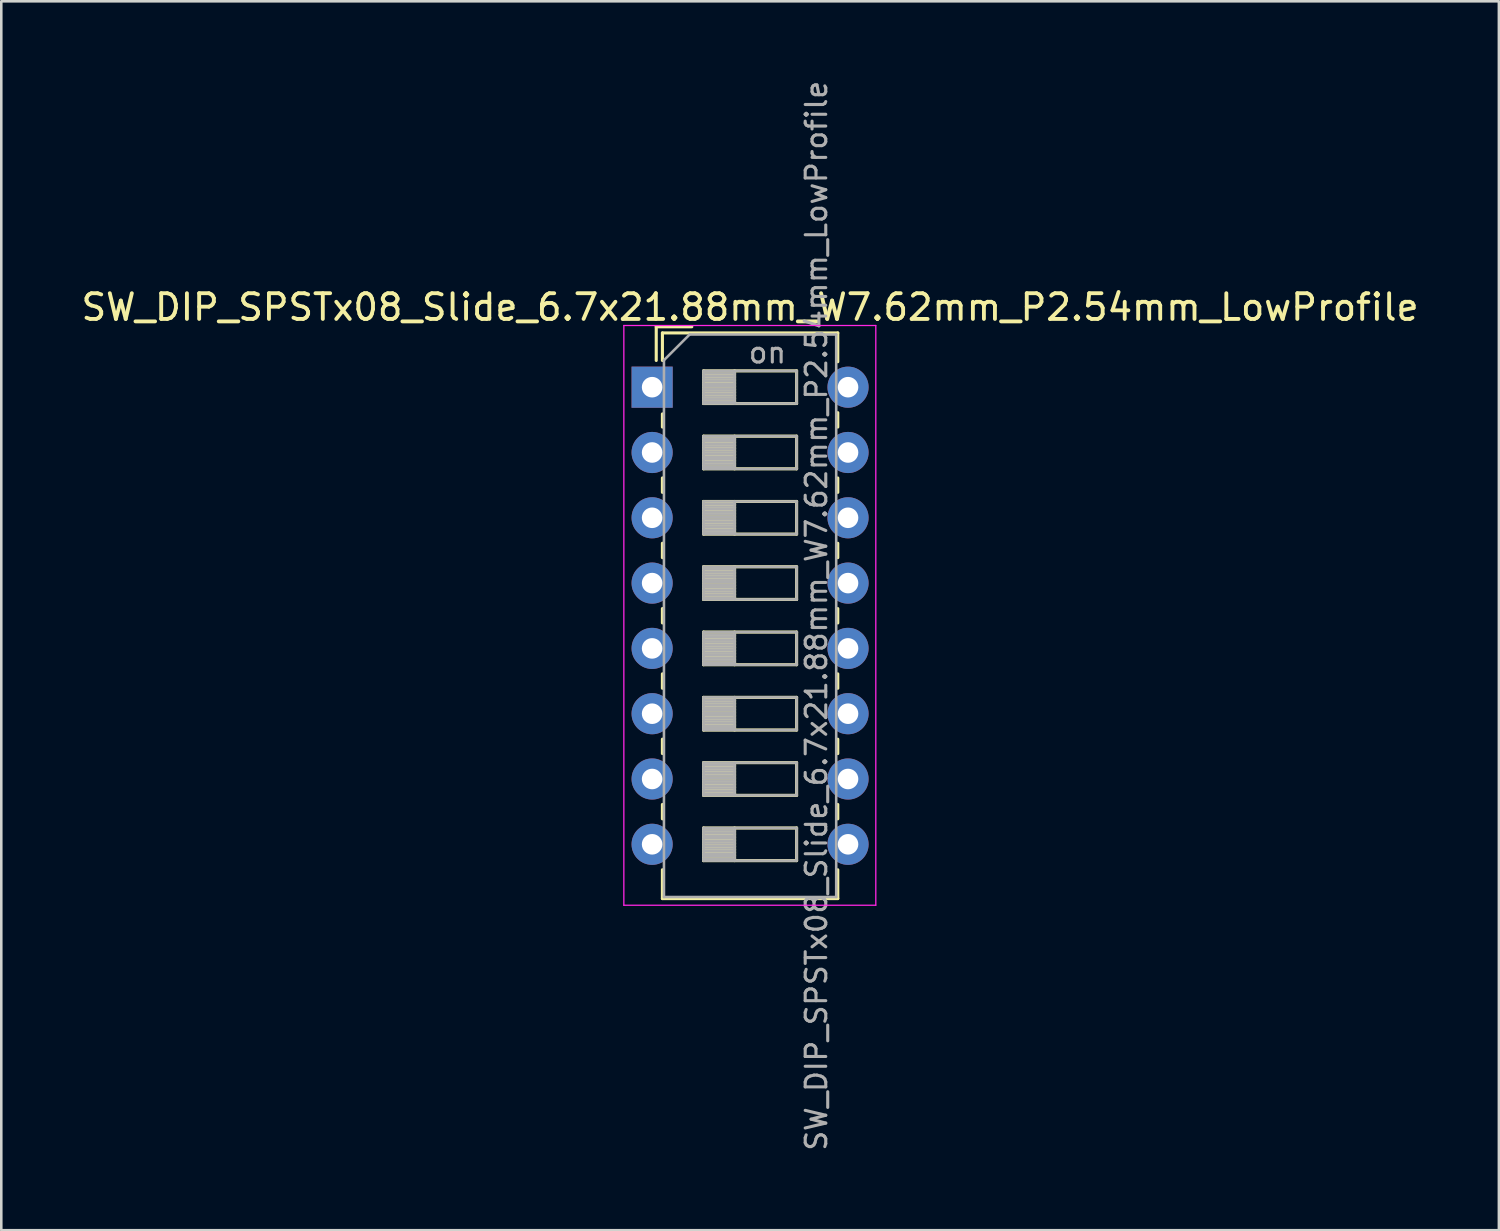
<source format=kicad_pcb>
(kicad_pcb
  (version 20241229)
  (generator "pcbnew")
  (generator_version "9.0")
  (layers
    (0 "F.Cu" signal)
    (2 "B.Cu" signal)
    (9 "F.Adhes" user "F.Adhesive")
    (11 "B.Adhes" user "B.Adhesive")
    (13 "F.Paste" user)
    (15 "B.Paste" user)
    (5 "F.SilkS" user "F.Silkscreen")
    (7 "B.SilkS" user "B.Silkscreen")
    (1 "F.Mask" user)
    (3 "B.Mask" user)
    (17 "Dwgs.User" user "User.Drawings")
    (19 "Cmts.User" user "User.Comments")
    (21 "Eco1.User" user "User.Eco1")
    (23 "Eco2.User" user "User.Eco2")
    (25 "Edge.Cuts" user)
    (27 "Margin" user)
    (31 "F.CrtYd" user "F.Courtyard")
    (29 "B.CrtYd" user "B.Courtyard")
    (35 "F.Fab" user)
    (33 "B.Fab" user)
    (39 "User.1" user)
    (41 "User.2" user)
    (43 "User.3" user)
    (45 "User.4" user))
  (footprint "SW_DIP_SPSTx08_Slide_6.7x21.88mm_W7.62mm_P2.54mm_LowProfile"
    (layer "F.Cu")
    (at 22.315 12.01)
    (property "Reference" "SW_DIP_SPSTx08_Slide_6.7x21.88mm_W7.62mm_P2.54mm_LowProfile" (at 3.81 -3.11 0) (layer "F.SilkS") (effects (font (size 1 1) (thickness 0.15))))
    (attr through_hole)
    (fp_line (start 0.16 -2.35) (end 0.16 -1.04) (stroke (width 0.12) (type solid)) (layer "F.SilkS"))
    (fp_line (start 0.16 -2.35) (end 1.543 -2.35) (stroke (width 0.12) (type solid)) (layer "F.SilkS"))
    (fp_line (start 0.4 -2.11) (end 0.4 -1.04) (stroke (width 0.12) (type solid)) (layer "F.SilkS"))
    (fp_line (start 0.4 -2.11) (end 7.221 -2.11) (stroke (width 0.12) (type solid)) (layer "F.SilkS"))
    (fp_line (start 0.4 1.04) (end 0.4 1.551) (stroke (width 0.12) (type solid)) (layer "F.SilkS"))
    (fp_line (start 0.4 3.53) (end 0.4 4.091) (stroke (width 0.12) (type solid)) (layer "F.SilkS"))
    (fp_line (start 0.4 6.07) (end 0.4 6.631) (stroke (width 0.12) (type solid)) (layer "F.SilkS"))
    (fp_line (start 0.4 8.61) (end 0.4 9.17) (stroke (width 0.12) (type solid)) (layer "F.SilkS"))
    (fp_line (start 0.4 11.15) (end 0.4 11.71) (stroke (width 0.12) (type solid)) (layer "F.SilkS"))
    (fp_line (start 0.4 13.69) (end 0.4 14.25) (stroke (width 0.12) (type solid)) (layer "F.SilkS"))
    (fp_line (start 0.4 16.23) (end 0.4 16.79) (stroke (width 0.12) (type solid)) (layer "F.SilkS"))
    (fp_line (start 0.4 18.77) (end 0.4 19.891) (stroke (width 0.12) (type solid)) (layer "F.SilkS"))
    (fp_line (start 0.4 19.891) (end 7.221 19.891) (stroke (width 0.12) (type solid)) (layer "F.SilkS"))
    (fp_line (start 2 -0.635) (end 2 0.635) (stroke (width 0.12) (type solid)) (layer "F.SilkS"))
    (fp_line (start 2 -0.515) (end 3.207 -0.515) (stroke (width 0.12) (type solid)) (layer "F.SilkS"))
    (fp_line (start 2 -0.395) (end 3.207 -0.395) (stroke (width 0.12) (type solid)) (layer "F.SilkS"))
    (fp_line (start 2 -0.275) (end 3.207 -0.275) (stroke (width 0.12) (type solid)) (layer "F.SilkS"))
    (fp_line (start 2 -0.155) (end 3.207 -0.155) (stroke (width 0.12) (type solid)) (layer "F.SilkS"))
    (fp_line (start 2 -0.035) (end 3.207 -0.035) (stroke (width 0.12) (type solid)) (layer "F.SilkS"))
    (fp_line (start 2 0.085) (end 3.207 0.085) (stroke (width 0.12) (type solid)) (layer "F.SilkS"))
    (fp_line (start 2 0.205) (end 3.207 0.205) (stroke (width 0.12) (type solid)) (layer "F.SilkS"))
    (fp_line (start 2 0.325) (end 3.207 0.325) (stroke (width 0.12) (type solid)) (layer "F.SilkS"))
    (fp_line (start 2 0.445) (end 3.207 0.445) (stroke (width 0.12) (type solid)) (layer "F.SilkS"))
    (fp_line (start 2 0.565) (end 3.207 0.565) (stroke (width 0.12) (type solid)) (layer "F.SilkS"))
    (fp_line (start 2 0.635) (end 5.62 0.635) (stroke (width 0.12) (type solid)) (layer "F.SilkS"))
    (fp_line (start 2 1.905) (end 2 3.175) (stroke (width 0.12) (type solid)) (layer "F.SilkS"))
    (fp_line (start 2 2.025) (end 3.207 2.025) (stroke (width 0.12) (type solid)) (layer "F.SilkS"))
    (fp_line (start 2 2.145) (end 3.207 2.145) (stroke (width 0.12) (type solid)) (layer "F.SilkS"))
    (fp_line (start 2 2.265) (end 3.207 2.265) (stroke (width 0.12) (type solid)) (layer "F.SilkS"))
    (fp_line (start 2 2.385) (end 3.207 2.385) (stroke (width 0.12) (type solid)) (layer "F.SilkS"))
    (fp_line (start 2 2.505) (end 3.207 2.505) (stroke (width 0.12) (type solid)) (layer "F.SilkS"))
    (fp_line (start 2 2.625) (end 3.207 2.625) (stroke (width 0.12) (type solid)) (layer "F.SilkS"))
    (fp_line (start 2 2.745) (end 3.207 2.745) (stroke (width 0.12) (type solid)) (layer "F.SilkS"))
    (fp_line (start 2 2.865) (end 3.207 2.865) (stroke (width 0.12) (type solid)) (layer "F.SilkS"))
    (fp_line (start 2 2.985) (end 3.207 2.985) (stroke (width 0.12) (type solid)) (layer "F.SilkS"))
    (fp_line (start 2 3.105) (end 3.207 3.105) (stroke (width 0.12) (type solid)) (layer "F.SilkS"))
    (fp_line (start 2 3.175) (end 5.62 3.175) (stroke (width 0.12) (type solid)) (layer "F.SilkS"))
    (fp_line (start 2 4.445) (end 2 5.715) (stroke (width 0.12) (type solid)) (layer "F.SilkS"))
    (fp_line (start 2 4.565) (end 3.207 4.565) (stroke (width 0.12) (type solid)) (layer "F.SilkS"))
    (fp_line (start 2 4.685) (end 3.207 4.685) (stroke (width 0.12) (type solid)) (layer "F.SilkS"))
    (fp_line (start 2 4.805) (end 3.207 4.805) (stroke (width 0.12) (type solid)) (layer "F.SilkS"))
    (fp_line (start 2 4.925) (end 3.207 4.925) (stroke (width 0.12) (type solid)) (layer "F.SilkS"))
    (fp_line (start 2 5.045) (end 3.207 5.045) (stroke (width 0.12) (type solid)) (layer "F.SilkS"))
    (fp_line (start 2 5.165) (end 3.207 5.165) (stroke (width 0.12) (type solid)) (layer "F.SilkS"))
    (fp_line (start 2 5.285) (end 3.207 5.285) (stroke (width 0.12) (type solid)) (layer "F.SilkS"))
    (fp_line (start 2 5.405) (end 3.207 5.405) (stroke (width 0.12) (type solid)) (layer "F.SilkS"))
    (fp_line (start 2 5.525) (end 3.207 5.525) (stroke (width 0.12) (type solid)) (layer "F.SilkS"))
    (fp_line (start 2 5.645) (end 3.207 5.645) (stroke (width 0.12) (type solid)) (layer "F.SilkS"))
    (fp_line (start 2 5.715) (end 5.62 5.715) (stroke (width 0.12) (type solid)) (layer "F.SilkS"))
    (fp_line (start 2 6.985) (end 2 8.255) (stroke (width 0.12) (type solid)) (layer "F.SilkS"))
    (fp_line (start 2 7.105) (end 3.207 7.105) (stroke (width 0.12) (type solid)) (layer "F.SilkS"))
    (fp_line (start 2 7.225) (end 3.207 7.225) (stroke (width 0.12) (type solid)) (layer "F.SilkS"))
    (fp_line (start 2 7.345) (end 3.207 7.345) (stroke (width 0.12) (type solid)) (layer "F.SilkS"))
    (fp_line (start 2 7.465) (end 3.207 7.465) (stroke (width 0.12) (type solid)) (layer "F.SilkS"))
    (fp_line (start 2 7.585) (end 3.207 7.585) (stroke (width 0.12) (type solid)) (layer "F.SilkS"))
    (fp_line (start 2 7.705) (end 3.207 7.705) (stroke (width 0.12) (type solid)) (layer "F.SilkS"))
    (fp_line (start 2 7.825) (end 3.207 7.825) (stroke (width 0.12) (type solid)) (layer "F.SilkS"))
    (fp_line (start 2 7.945) (end 3.207 7.945) (stroke (width 0.12) (type solid)) (layer "F.SilkS"))
    (fp_line (start 2 8.065) (end 3.207 8.065) (stroke (width 0.12) (type solid)) (layer "F.SilkS"))
    (fp_line (start 2 8.185) (end 3.207 8.185) (stroke (width 0.12) (type solid)) (layer "F.SilkS"))
    (fp_line (start 2 8.255) (end 5.62 8.255) (stroke (width 0.12) (type solid)) (layer "F.SilkS"))
    (fp_line (start 2 9.525) (end 2 10.795) (stroke (width 0.12) (type solid)) (layer "F.SilkS"))
    (fp_line (start 2 9.645) (end 3.207 9.645) (stroke (width 0.12) (type solid)) (layer "F.SilkS"))
    (fp_line (start 2 9.765) (end 3.207 9.765) (stroke (width 0.12) (type solid)) (layer "F.SilkS"))
    (fp_line (start 2 9.885) (end 3.207 9.885) (stroke (width 0.12) (type solid)) (layer "F.SilkS"))
    (fp_line (start 2 10.005) (end 3.207 10.005) (stroke (width 0.12) (type solid)) (layer "F.SilkS"))
    (fp_line (start 2 10.125) (end 3.207 10.125) (stroke (width 0.12) (type solid)) (layer "F.SilkS"))
    (fp_line (start 2 10.245) (end 3.207 10.245) (stroke (width 0.12) (type solid)) (layer "F.SilkS"))
    (fp_line (start 2 10.365) (end 3.207 10.365) (stroke (width 0.12) (type solid)) (layer "F.SilkS"))
    (fp_line (start 2 10.485) (end 3.207 10.485) (stroke (width 0.12) (type solid)) (layer "F.SilkS"))
    (fp_line (start 2 10.605) (end 3.207 10.605) (stroke (width 0.12) (type solid)) (layer "F.SilkS"))
    (fp_line (start 2 10.725) (end 3.207 10.725) (stroke (width 0.12) (type solid)) (layer "F.SilkS"))
    (fp_line (start 2 10.795) (end 5.62 10.795) (stroke (width 0.12) (type solid)) (layer "F.SilkS"))
    (fp_line (start 2 12.065) (end 2 13.335) (stroke (width 0.12) (type solid)) (layer "F.SilkS"))
    (fp_line (start 2 12.185) (end 3.207 12.185) (stroke (width 0.12) (type solid)) (layer "F.SilkS"))
    (fp_line (start 2 12.305) (end 3.207 12.305) (stroke (width 0.12) (type solid)) (layer "F.SilkS"))
    (fp_line (start 2 12.425) (end 3.207 12.425) (stroke (width 0.12) (type solid)) (layer "F.SilkS"))
    (fp_line (start 2 12.545) (end 3.207 12.545) (stroke (width 0.12) (type solid)) (layer "F.SilkS"))
    (fp_line (start 2 12.665) (end 3.207 12.665) (stroke (width 0.12) (type solid)) (layer "F.SilkS"))
    (fp_line (start 2 12.785) (end 3.207 12.785) (stroke (width 0.12) (type solid)) (layer "F.SilkS"))
    (fp_line (start 2 12.905) (end 3.207 12.905) (stroke (width 0.12) (type solid)) (layer "F.SilkS"))
    (fp_line (start 2 13.025) (end 3.207 13.025) (stroke (width 0.12) (type solid)) (layer "F.SilkS"))
    (fp_line (start 2 13.145) (end 3.207 13.145) (stroke (width 0.12) (type solid)) (layer "F.SilkS"))
    (fp_line (start 2 13.265) (end 3.207 13.265) (stroke (width 0.12) (type solid)) (layer "F.SilkS"))
    (fp_line (start 2 13.335) (end 5.62 13.335) (stroke (width 0.12) (type solid)) (layer "F.SilkS"))
    (fp_line (start 2 14.605) (end 2 15.875) (stroke (width 0.12) (type solid)) (layer "F.SilkS"))
    (fp_line (start 2 14.725) (end 3.207 14.725) (stroke (width 0.12) (type solid)) (layer "F.SilkS"))
    (fp_line (start 2 14.845) (end 3.207 14.845) (stroke (width 0.12) (type solid)) (layer "F.SilkS"))
    (fp_line (start 2 14.965) (end 3.207 14.965) (stroke (width 0.12) (type solid)) (layer "F.SilkS"))
    (fp_line (start 2 15.085) (end 3.207 15.085) (stroke (width 0.12) (type solid)) (layer "F.SilkS"))
    (fp_line (start 2 15.205) (end 3.207 15.205) (stroke (width 0.12) (type solid)) (layer "F.SilkS"))
    (fp_line (start 2 15.325) (end 3.207 15.325) (stroke (width 0.12) (type solid)) (layer "F.SilkS"))
    (fp_line (start 2 15.445) (end 3.207 15.445) (stroke (width 0.12) (type solid)) (layer "F.SilkS"))
    (fp_line (start 2 15.565) (end 3.207 15.565) (stroke (width 0.12) (type solid)) (layer "F.SilkS"))
    (fp_line (start 2 15.685) (end 3.207 15.685) (stroke (width 0.12) (type solid)) (layer "F.SilkS"))
    (fp_line (start 2 15.805) (end 3.207 15.805) (stroke (width 0.12) (type solid)) (layer "F.SilkS"))
    (fp_line (start 2 15.875) (end 5.62 15.875) (stroke (width 0.12) (type solid)) (layer "F.SilkS"))
    (fp_line (start 2 17.145) (end 2 18.415) (stroke (width 0.12) (type solid)) (layer "F.SilkS"))
    (fp_line (start 2 17.265) (end 3.207 17.265) (stroke (width 0.12) (type solid)) (layer "F.SilkS"))
    (fp_line (start 2 17.385) (end 3.207 17.385) (stroke (width 0.12) (type solid)) (layer "F.SilkS"))
    (fp_line (start 2 17.505) (end 3.207 17.505) (stroke (width 0.12) (type solid)) (layer "F.SilkS"))
    (fp_line (start 2 17.625) (end 3.207 17.625) (stroke (width 0.12) (type solid)) (layer "F.SilkS"))
    (fp_line (start 2 17.745) (end 3.207 17.745) (stroke (width 0.12) (type solid)) (layer "F.SilkS"))
    (fp_line (start 2 17.865) (end 3.207 17.865) (stroke (width 0.12) (type solid)) (layer "F.SilkS"))
    (fp_line (start 2 17.985) (end 3.207 17.985) (stroke (width 0.12) (type solid)) (layer "F.SilkS"))
    (fp_line (start 2 18.105) (end 3.207 18.105) (stroke (width 0.12) (type solid)) (layer "F.SilkS"))
    (fp_line (start 2 18.225) (end 3.207 18.225) (stroke (width 0.12) (type solid)) (layer "F.SilkS"))
    (fp_line (start 2 18.345) (end 3.207 18.345) (stroke (width 0.12) (type solid)) (layer "F.SilkS"))
    (fp_line (start 2 18.415) (end 5.62 18.415) (stroke (width 0.12) (type solid)) (layer "F.SilkS"))
    (fp_line (start 3.207 -0.635) (end 3.207 0.635) (stroke (width 0.12) (type solid)) (layer "F.SilkS"))
    (fp_line (start 3.207 1.905) (end 3.207 3.175) (stroke (width 0.12) (type solid)) (layer "F.SilkS"))
    (fp_line (start 3.207 4.445) (end 3.207 5.715) (stroke (width 0.12) (type solid)) (layer "F.SilkS"))
    (fp_line (start 3.207 6.985) (end 3.207 8.255) (stroke (width 0.12) (type solid)) (layer "F.SilkS"))
    (fp_line (start 3.207 9.525) (end 3.207 10.795) (stroke (width 0.12) (type solid)) (layer "F.SilkS"))
    (fp_line (start 3.207 12.065) (end 3.207 13.335) (stroke (width 0.12) (type solid)) (layer "F.SilkS"))
    (fp_line (start 3.207 14.605) (end 3.207 15.875) (stroke (width 0.12) (type solid)) (layer "F.SilkS"))
    (fp_line (start 3.207 17.145) (end 3.207 18.415) (stroke (width 0.12) (type solid)) (layer "F.SilkS"))
    (fp_line (start 5.62 -0.635) (end 2 -0.635) (stroke (width 0.12) (type solid)) (layer "F.SilkS"))
    (fp_line (start 5.62 0.635) (end 5.62 -0.635) (stroke (width 0.12) (type solid)) (layer "F.SilkS"))
    (fp_line (start 5.62 1.905) (end 2 1.905) (stroke (width 0.12) (type solid)) (layer "F.SilkS"))
    (fp_line (start 5.62 3.175) (end 5.62 1.905) (stroke (width 0.12) (type solid)) (layer "F.SilkS"))
    (fp_line (start 5.62 4.445) (end 2 4.445) (stroke (width 0.12) (type solid)) (layer "F.SilkS"))
    (fp_line (start 5.62 5.715) (end 5.62 4.445) (stroke (width 0.12) (type solid)) (layer "F.SilkS"))
    (fp_line (start 5.62 6.985) (end 2 6.985) (stroke (width 0.12) (type solid)) (layer "F.SilkS"))
    (fp_line (start 5.62 8.255) (end 5.62 6.985) (stroke (width 0.12) (type solid)) (layer "F.SilkS"))
    (fp_line (start 5.62 9.525) (end 2 9.525) (stroke (width 0.12) (type solid)) (layer "F.SilkS"))
    (fp_line (start 5.62 10.795) (end 5.62 9.525) (stroke (width 0.12) (type solid)) (layer "F.SilkS"))
    (fp_line (start 5.62 12.065) (end 2 12.065) (stroke (width 0.12) (type solid)) (layer "F.SilkS"))
    (fp_line (start 5.62 13.335) (end 5.62 12.065) (stroke (width 0.12) (type solid)) (layer "F.SilkS"))
    (fp_line (start 5.62 14.605) (end 2 14.605) (stroke (width 0.12) (type solid)) (layer "F.SilkS"))
    (fp_line (start 5.62 15.875) (end 5.62 14.605) (stroke (width 0.12) (type solid)) (layer "F.SilkS"))
    (fp_line (start 5.62 17.145) (end 2 17.145) (stroke (width 0.12) (type solid)) (layer "F.SilkS"))
    (fp_line (start 5.62 18.415) (end 5.62 17.145) (stroke (width 0.12) (type solid)) (layer "F.SilkS"))
    (fp_line (start 7.221 -2.11) (end 7.221 -0.99) (stroke (width 0.12) (type solid)) (layer "F.SilkS"))
    (fp_line (start 7.221 0.991) (end 7.221 1.551) (stroke (width 0.12) (type solid)) (layer "F.SilkS"))
    (fp_line (start 7.221 3.531) (end 7.221 4.091) (stroke (width 0.12) (type solid)) (layer "F.SilkS"))
    (fp_line (start 7.221 6.071) (end 7.221 6.631) (stroke (width 0.12) (type solid)) (layer "F.SilkS"))
    (fp_line (start 7.221 8.611) (end 7.221 9.171) (stroke (width 0.12) (type solid)) (layer "F.SilkS"))
    (fp_line (start 7.221 11.151) (end 7.221 11.711) (stroke (width 0.12) (type solid)) (layer "F.SilkS"))
    (fp_line (start 7.221 13.691) (end 7.221 14.251) (stroke (width 0.12) (type solid)) (layer "F.SilkS"))
    (fp_line (start 7.221 16.231) (end 7.221 16.79) (stroke (width 0.12) (type solid)) (layer "F.SilkS"))
    (fp_line (start 7.221 18.771) (end 7.221 19.891) (stroke (width 0.12) (type solid)) (layer "F.SilkS"))
    (fp_line (start -1.1 -2.4) (end -1.1 20.15) (stroke (width 0.05) (type solid)) (layer "F.CrtYd"))
    (fp_line (start -1.1 20.15) (end 8.7 20.15) (stroke (width 0.05) (type solid)) (layer "F.CrtYd"))
    (fp_line (start 8.7 -2.4) (end -1.1 -2.4) (stroke (width 0.05) (type solid)) (layer "F.CrtYd"))
    (fp_line (start 8.7 20.15) (end 8.7 -2.4) (stroke (width 0.05) (type solid)) (layer "F.CrtYd"))
    (fp_line (start 0.46 -1.05) (end 1.46 -2.05) (stroke (width 0.1) (type solid)) (layer "F.Fab"))
    (fp_line (start 0.46 19.83) (end 0.46 -1.05) (stroke (width 0.1) (type solid)) (layer "F.Fab"))
    (fp_line (start 1.46 -2.05) (end 7.16 -2.05) (stroke (width 0.1) (type solid)) (layer "F.Fab"))
    (fp_line (start 2 -0.635) (end 2 0.635) (stroke (width 0.1) (type solid)) (layer "F.Fab"))
    (fp_line (start 2 -0.535) (end 3.207 -0.535) (stroke (width 0.1) (type solid)) (layer "F.Fab"))
    (fp_line (start 2 -0.435) (end 3.207 -0.435) (stroke (width 0.1) (type solid)) (layer "F.Fab"))
    (fp_line (start 2 -0.335) (end 3.207 -0.335) (stroke (width 0.1) (type solid)) (layer "F.Fab"))
    (fp_line (start 2 -0.235) (end 3.207 -0.235) (stroke (width 0.1) (type solid)) (layer "F.Fab"))
    (fp_line (start 2 -0.135) (end 3.207 -0.135) (stroke (width 0.1) (type solid)) (layer "F.Fab"))
    (fp_line (start 2 -0.035) (end 3.207 -0.035) (stroke (width 0.1) (type solid)) (layer "F.Fab"))
    (fp_line (start 2 0.065) (end 3.207 0.065) (stroke (width 0.1) (type solid)) (layer "F.Fab"))
    (fp_line (start 2 0.165) (end 3.207 0.165) (stroke (width 0.1) (type solid)) (layer "F.Fab"))
    (fp_line (start 2 0.265) (end 3.207 0.265) (stroke (width 0.1) (type solid)) (layer "F.Fab"))
    (fp_line (start 2 0.365) (end 3.207 0.365) (stroke (width 0.1) (type solid)) (layer "F.Fab"))
    (fp_line (start 2 0.465) (end 3.207 0.465) (stroke (width 0.1) (type solid)) (layer "F.Fab"))
    (fp_line (start 2 0.565) (end 3.207 0.565) (stroke (width 0.1) (type solid)) (layer "F.Fab"))
    (fp_line (start 2 0.635) (end 5.62 0.635) (stroke (width 0.1) (type solid)) (layer "F.Fab"))
    (fp_line (start 2 1.905) (end 2 3.175) (stroke (width 0.1) (type solid)) (layer "F.Fab"))
    (fp_line (start 2 2.005) (end 3.207 2.005) (stroke (width 0.1) (type solid)) (layer "F.Fab"))
    (fp_line (start 2 2.105) (end 3.207 2.105) (stroke (width 0.1) (type solid)) (layer "F.Fab"))
    (fp_line (start 2 2.205) (end 3.207 2.205) (stroke (width 0.1) (type solid)) (layer "F.Fab"))
    (fp_line (start 2 2.305) (end 3.207 2.305) (stroke (width 0.1) (type solid)) (layer "F.Fab"))
    (fp_line (start 2 2.405) (end 3.207 2.405) (stroke (width 0.1) (type solid)) (layer "F.Fab"))
    (fp_line (start 2 2.505) (end 3.207 2.505) (stroke (width 0.1) (type solid)) (layer "F.Fab"))
    (fp_line (start 2 2.605) (end 3.207 2.605) (stroke (width 0.1) (type solid)) (layer "F.Fab"))
    (fp_line (start 2 2.705) (end 3.207 2.705) (stroke (width 0.1) (type solid)) (layer "F.Fab"))
    (fp_line (start 2 2.805) (end 3.207 2.805) (stroke (width 0.1) (type solid)) (layer "F.Fab"))
    (fp_line (start 2 2.905) (end 3.207 2.905) (stroke (width 0.1) (type solid)) (layer "F.Fab"))
    (fp_line (start 2 3.005) (end 3.207 3.005) (stroke (width 0.1) (type solid)) (layer "F.Fab"))
    (fp_line (start 2 3.105) (end 3.207 3.105) (stroke (width 0.1) (type solid)) (layer "F.Fab"))
    (fp_line (start 2 3.175) (end 5.62 3.175) (stroke (width 0.1) (type solid)) (layer "F.Fab"))
    (fp_line (start 2 4.445) (end 2 5.715) (stroke (width 0.1) (type solid)) (layer "F.Fab"))
    (fp_line (start 2 4.545) (end 3.207 4.545) (stroke (width 0.1) (type solid)) (layer "F.Fab"))
    (fp_line (start 2 4.645) (end 3.207 4.645) (stroke (width 0.1) (type solid)) (layer "F.Fab"))
    (fp_line (start 2 4.745) (end 3.207 4.745) (stroke (width 0.1) (type solid)) (layer "F.Fab"))
    (fp_line (start 2 4.845) (end 3.207 4.845) (stroke (width 0.1) (type solid)) (layer "F.Fab"))
    (fp_line (start 2 4.945) (end 3.207 4.945) (stroke (width 0.1) (type solid)) (layer "F.Fab"))
    (fp_line (start 2 5.045) (end 3.207 5.045) (stroke (width 0.1) (type solid)) (layer "F.Fab"))
    (fp_line (start 2 5.145) (end 3.207 5.145) (stroke (width 0.1) (type solid)) (layer "F.Fab"))
    (fp_line (start 2 5.245) (end 3.207 5.245) (stroke (width 0.1) (type solid)) (layer "F.Fab"))
    (fp_line (start 2 5.345) (end 3.207 5.345) (stroke (width 0.1) (type solid)) (layer "F.Fab"))
    (fp_line (start 2 5.445) (end 3.207 5.445) (stroke (width 0.1) (type solid)) (layer "F.Fab"))
    (fp_line (start 2 5.545) (end 3.207 5.545) (stroke (width 0.1) (type solid)) (layer "F.Fab"))
    (fp_line (start 2 5.645) (end 3.207 5.645) (stroke (width 0.1) (type solid)) (layer "F.Fab"))
    (fp_line (start 2 5.715) (end 5.62 5.715) (stroke (width 0.1) (type solid)) (layer "F.Fab"))
    (fp_line (start 2 6.985) (end 2 8.255) (stroke (width 0.1) (type solid)) (layer "F.Fab"))
    (fp_line (start 2 7.085) (end 3.207 7.085) (stroke (width 0.1) (type solid)) (layer "F.Fab"))
    (fp_line (start 2 7.185) (end 3.207 7.185) (stroke (width 0.1) (type solid)) (layer "F.Fab"))
    (fp_line (start 2 7.285) (end 3.207 7.285) (stroke (width 0.1) (type solid)) (layer "F.Fab"))
    (fp_line (start 2 7.385) (end 3.207 7.385) (stroke (width 0.1) (type solid)) (layer "F.Fab"))
    (fp_line (start 2 7.485) (end 3.207 7.485) (stroke (width 0.1) (type solid)) (layer "F.Fab"))
    (fp_line (start 2 7.585) (end 3.207 7.585) (stroke (width 0.1) (type solid)) (layer "F.Fab"))
    (fp_line (start 2 7.685) (end 3.207 7.685) (stroke (width 0.1) (type solid)) (layer "F.Fab"))
    (fp_line (start 2 7.785) (end 3.207 7.785) (stroke (width 0.1) (type solid)) (layer "F.Fab"))
    (fp_line (start 2 7.885) (end 3.207 7.885) (stroke (width 0.1) (type solid)) (layer "F.Fab"))
    (fp_line (start 2 7.985) (end 3.207 7.985) (stroke (width 0.1) (type solid)) (layer "F.Fab"))
    (fp_line (start 2 8.085) (end 3.207 8.085) (stroke (width 0.1) (type solid)) (layer "F.Fab"))
    (fp_line (start 2 8.185) (end 3.207 8.185) (stroke (width 0.1) (type solid)) (layer "F.Fab"))
    (fp_line (start 2 8.255) (end 5.62 8.255) (stroke (width 0.1) (type solid)) (layer "F.Fab"))
    (fp_line (start 2 9.525) (end 2 10.795) (stroke (width 0.1) (type solid)) (layer "F.Fab"))
    (fp_line (start 2 9.625) (end 3.207 9.625) (stroke (width 0.1) (type solid)) (layer "F.Fab"))
    (fp_line (start 2 9.725) (end 3.207 9.725) (stroke (width 0.1) (type solid)) (layer "F.Fab"))
    (fp_line (start 2 9.825) (end 3.207 9.825) (stroke (width 0.1) (type solid)) (layer "F.Fab"))
    (fp_line (start 2 9.925) (end 3.207 9.925) (stroke (width 0.1) (type solid)) (layer "F.Fab"))
    (fp_line (start 2 10.025) (end 3.207 10.025) (stroke (width 0.1) (type solid)) (layer "F.Fab"))
    (fp_line (start 2 10.125) (end 3.207 10.125) (stroke (width 0.1) (type solid)) (layer "F.Fab"))
    (fp_line (start 2 10.225) (end 3.207 10.225) (stroke (width 0.1) (type solid)) (layer "F.Fab"))
    (fp_line (start 2 10.325) (end 3.207 10.325) (stroke (width 0.1) (type solid)) (layer "F.Fab"))
    (fp_line (start 2 10.425) (end 3.207 10.425) (stroke (width 0.1) (type solid)) (layer "F.Fab"))
    (fp_line (start 2 10.525) (end 3.207 10.525) (stroke (width 0.1) (type solid)) (layer "F.Fab"))
    (fp_line (start 2 10.625) (end 3.207 10.625) (stroke (width 0.1) (type solid)) (layer "F.Fab"))
    (fp_line (start 2 10.725) (end 3.207 10.725) (stroke (width 0.1) (type solid)) (layer "F.Fab"))
    (fp_line (start 2 10.795) (end 5.62 10.795) (stroke (width 0.1) (type solid)) (layer "F.Fab"))
    (fp_line (start 2 12.065) (end 2 13.335) (stroke (width 0.1) (type solid)) (layer "F.Fab"))
    (fp_line (start 2 12.165) (end 3.207 12.165) (stroke (width 0.1) (type solid)) (layer "F.Fab"))
    (fp_line (start 2 12.265) (end 3.207 12.265) (stroke (width 0.1) (type solid)) (layer "F.Fab"))
    (fp_line (start 2 12.365) (end 3.207 12.365) (stroke (width 0.1) (type solid)) (layer "F.Fab"))
    (fp_line (start 2 12.465) (end 3.207 12.465) (stroke (width 0.1) (type solid)) (layer "F.Fab"))
    (fp_line (start 2 12.565) (end 3.207 12.565) (stroke (width 0.1) (type solid)) (layer "F.Fab"))
    (fp_line (start 2 12.665) (end 3.207 12.665) (stroke (width 0.1) (type solid)) (layer "F.Fab"))
    (fp_line (start 2 12.765) (end 3.207 12.765) (stroke (width 0.1) (type solid)) (layer "F.Fab"))
    (fp_line (start 2 12.865) (end 3.207 12.865) (stroke (width 0.1) (type solid)) (layer "F.Fab"))
    (fp_line (start 2 12.965) (end 3.207 12.965) (stroke (width 0.1) (type solid)) (layer "F.Fab"))
    (fp_line (start 2 13.065) (end 3.207 13.065) (stroke (width 0.1) (type solid)) (layer "F.Fab"))
    (fp_line (start 2 13.165) (end 3.207 13.165) (stroke (width 0.1) (type solid)) (layer "F.Fab"))
    (fp_line (start 2 13.265) (end 3.207 13.265) (stroke (width 0.1) (type solid)) (layer "F.Fab"))
    (fp_line (start 2 13.335) (end 5.62 13.335) (stroke (width 0.1) (type solid)) (layer "F.Fab"))
    (fp_line (start 2 14.605) (end 2 15.875) (stroke (width 0.1) (type solid)) (layer "F.Fab"))
    (fp_line (start 2 14.705) (end 3.207 14.705) (stroke (width 0.1) (type solid)) (layer "F.Fab"))
    (fp_line (start 2 14.805) (end 3.207 14.805) (stroke (width 0.1) (type solid)) (layer "F.Fab"))
    (fp_line (start 2 14.905) (end 3.207 14.905) (stroke (width 0.1) (type solid)) (layer "F.Fab"))
    (fp_line (start 2 15.005) (end 3.207 15.005) (stroke (width 0.1) (type solid)) (layer "F.Fab"))
    (fp_line (start 2 15.105) (end 3.207 15.105) (stroke (width 0.1) (type solid)) (layer "F.Fab"))
    (fp_line (start 2 15.205) (end 3.207 15.205) (stroke (width 0.1) (type solid)) (layer "F.Fab"))
    (fp_line (start 2 15.305) (end 3.207 15.305) (stroke (width 0.1) (type solid)) (layer "F.Fab"))
    (fp_line (start 2 15.405) (end 3.207 15.405) (stroke (width 0.1) (type solid)) (layer "F.Fab"))
    (fp_line (start 2 15.505) (end 3.207 15.505) (stroke (width 0.1) (type solid)) (layer "F.Fab"))
    (fp_line (start 2 15.605) (end 3.207 15.605) (stroke (width 0.1) (type solid)) (layer "F.Fab"))
    (fp_line (start 2 15.705) (end 3.207 15.705) (stroke (width 0.1) (type solid)) (layer "F.Fab"))
    (fp_line (start 2 15.805) (end 3.207 15.805) (stroke (width 0.1) (type solid)) (layer "F.Fab"))
    (fp_line (start 2 15.875) (end 5.62 15.875) (stroke (width 0.1) (type solid)) (layer "F.Fab"))
    (fp_line (start 2 17.145) (end 2 18.415) (stroke (width 0.1) (type solid)) (layer "F.Fab"))
    (fp_line (start 2 17.245) (end 3.207 17.245) (stroke (width 0.1) (type solid)) (layer "F.Fab"))
    (fp_line (start 2 17.345) (end 3.207 17.345) (stroke (width 0.1) (type solid)) (layer "F.Fab"))
    (fp_line (start 2 17.445) (end 3.207 17.445) (stroke (width 0.1) (type solid)) (layer "F.Fab"))
    (fp_line (start 2 17.545) (end 3.207 17.545) (stroke (width 0.1) (type solid)) (layer "F.Fab"))
    (fp_line (start 2 17.645) (end 3.207 17.645) (stroke (width 0.1) (type solid)) (layer "F.Fab"))
    (fp_line (start 2 17.745) (end 3.207 17.745) (stroke (width 0.1) (type solid)) (layer "F.Fab"))
    (fp_line (start 2 17.845) (end 3.207 17.845) (stroke (width 0.1) (type solid)) (layer "F.Fab"))
    (fp_line (start 2 17.945) (end 3.207 17.945) (stroke (width 0.1) (type solid)) (layer "F.Fab"))
    (fp_line (start 2 18.045) (end 3.207 18.045) (stroke (width 0.1) (type solid)) (layer "F.Fab"))
    (fp_line (start 2 18.145) (end 3.207 18.145) (stroke (width 0.1) (type solid)) (layer "F.Fab"))
    (fp_line (start 2 18.245) (end 3.207 18.245) (stroke (width 0.1) (type solid)) (layer "F.Fab"))
    (fp_line (start 2 18.345) (end 3.207 18.345) (stroke (width 0.1) (type solid)) (layer "F.Fab"))
    (fp_line (start 2 18.415) (end 5.62 18.415) (stroke (width 0.1) (type solid)) (layer "F.Fab"))
    (fp_line (start 3.207 -0.635) (end 3.207 0.635) (stroke (width 0.1) (type solid)) (layer "F.Fab"))
    (fp_line (start 3.207 1.905) (end 3.207 3.175) (stroke (width 0.1) (type solid)) (layer "F.Fab"))
    (fp_line (start 3.207 4.445) (end 3.207 5.715) (stroke (width 0.1) (type solid)) (layer "F.Fab"))
    (fp_line (start 3.207 6.985) (end 3.207 8.255) (stroke (width 0.1) (type solid)) (layer "F.Fab"))
    (fp_line (start 3.207 9.525) (end 3.207 10.795) (stroke (width 0.1) (type solid)) (layer "F.Fab"))
    (fp_line (start 3.207 12.065) (end 3.207 13.335) (stroke (width 0.1) (type solid)) (layer "F.Fab"))
    (fp_line (start 3.207 14.605) (end 3.207 15.875) (stroke (width 0.1) (type solid)) (layer "F.Fab"))
    (fp_line (start 3.207 17.145) (end 3.207 18.415) (stroke (width 0.1) (type solid)) (layer "F.Fab"))
    (fp_line (start 5.62 -0.635) (end 2 -0.635) (stroke (width 0.1) (type solid)) (layer "F.Fab"))
    (fp_line (start 5.62 0.635) (end 5.62 -0.635) (stroke (width 0.1) (type solid)) (layer "F.Fab"))
    (fp_line (start 5.62 1.905) (end 2 1.905) (stroke (width 0.1) (type solid)) (layer "F.Fab"))
    (fp_line (start 5.62 3.175) (end 5.62 1.905) (stroke (width 0.1) (type solid)) (layer "F.Fab"))
    (fp_line (start 5.62 4.445) (end 2 4.445) (stroke (width 0.1) (type solid)) (layer "F.Fab"))
    (fp_line (start 5.62 5.715) (end 5.62 4.445) (stroke (width 0.1) (type solid)) (layer "F.Fab"))
    (fp_line (start 5.62 6.985) (end 2 6.985) (stroke (width 0.1) (type solid)) (layer "F.Fab"))
    (fp_line (start 5.62 8.255) (end 5.62 6.985) (stroke (width 0.1) (type solid)) (layer "F.Fab"))
    (fp_line (start 5.62 9.525) (end 2 9.525) (stroke (width 0.1) (type solid)) (layer "F.Fab"))
    (fp_line (start 5.62 10.795) (end 5.62 9.525) (stroke (width 0.1) (type solid)) (layer "F.Fab"))
    (fp_line (start 5.62 12.065) (end 2 12.065) (stroke (width 0.1) (type solid)) (layer "F.Fab"))
    (fp_line (start 5.62 13.335) (end 5.62 12.065) (stroke (width 0.1) (type solid)) (layer "F.Fab"))
    (fp_line (start 5.62 14.605) (end 2 14.605) (stroke (width 0.1) (type solid)) (layer "F.Fab"))
    (fp_line (start 5.62 15.875) (end 5.62 14.605) (stroke (width 0.1) (type solid)) (layer "F.Fab"))
    (fp_line (start 5.62 17.145) (end 2 17.145) (stroke (width 0.1) (type solid)) (layer "F.Fab"))
    (fp_line (start 5.62 18.415) (end 5.62 17.145) (stroke (width 0.1) (type solid)) (layer "F.Fab"))
    (fp_line (start 7.16 -2.05) (end 7.16 19.83) (stroke (width 0.1) (type solid)) (layer "F.Fab"))
    (fp_line (start 7.16 19.83) (end 0.46 19.83) (stroke (width 0.1) (type solid)) (layer "F.Fab"))
    (fp_text user "on" (at 4.485 -1.343 0) (layer "F.Fab") (effects (font (size 0.8 0.8) (thickness 0.12))))
    (fp_text user "${REFERENCE}" (at 6.39 8.89 90) (layer "F.Fab") (effects (font (size 0.8 0.8) (thickness 0.12))))
    (pad "1" thru_hole rect (at 0 0) (size 1.6 1.6) (drill 0.8) (layers "*.Cu" "*.Mask"))
    (pad "2" thru_hole oval (at 0 2.54) (size 1.6 1.6) (drill 0.8) (layers "*.Cu" "*.Mask"))
    (pad "3" thru_hole oval (at 0 5.08) (size 1.6 1.6) (drill 0.8) (layers "*.Cu" "*.Mask"))
    (pad "4" thru_hole oval (at 0 7.62) (size 1.6 1.6) (drill 0.8) (layers "*.Cu" "*.Mask"))
    (pad "5" thru_hole oval (at 0 10.16) (size 1.6 1.6) (drill 0.8) (layers "*.Cu" "*.Mask"))
    (pad "6" thru_hole oval (at 0 12.7) (size 1.6 1.6) (drill 0.8) (layers "*.Cu" "*.Mask"))
    (pad "7" thru_hole oval (at 0 15.24) (size 1.6 1.6) (drill 0.8) (layers "*.Cu" "*.Mask"))
    (pad "8" thru_hole oval (at 0 17.78) (size 1.6 1.6) (drill 0.8) (layers "*.Cu" "*.Mask"))
    (pad "9" thru_hole oval (at 7.62 17.78) (size 1.6 1.6) (drill 0.8) (layers "*.Cu" "*.Mask"))
    (pad "10" thru_hole oval (at 7.62 15.24) (size 1.6 1.6) (drill 0.8) (layers "*.Cu" "*.Mask"))
    (pad "11" thru_hole oval (at 7.62 12.7) (size 1.6 1.6) (drill 0.8) (layers "*.Cu" "*.Mask"))
    (pad "12" thru_hole oval (at 7.62 10.16) (size 1.6 1.6) (drill 0.8) (layers "*.Cu" "*.Mask"))
    (pad "13" thru_hole oval (at 7.62 7.62) (size 1.6 1.6) (drill 0.8) (layers "*.Cu" "*.Mask"))
    (pad "14" thru_hole oval (at 7.62 5.08) (size 1.6 1.6) (drill 0.8) (layers "*.Cu" "*.Mask"))
    (pad "15" thru_hole oval (at 7.62 2.54) (size 1.6 1.6) (drill 0.8) (layers "*.Cu" "*.Mask"))
    (pad "16" thru_hole oval (at 7.62 0) (size 1.6 1.6) (drill 0.8) (layers "*.Cu" "*.Mask")))
  (gr_rect
    (start -3 -3)
    (end 55.25 44.8)
    (stroke (width 0.1) (type default))
    (fill no)
    (layer "Edge.Cuts")))
</source>
